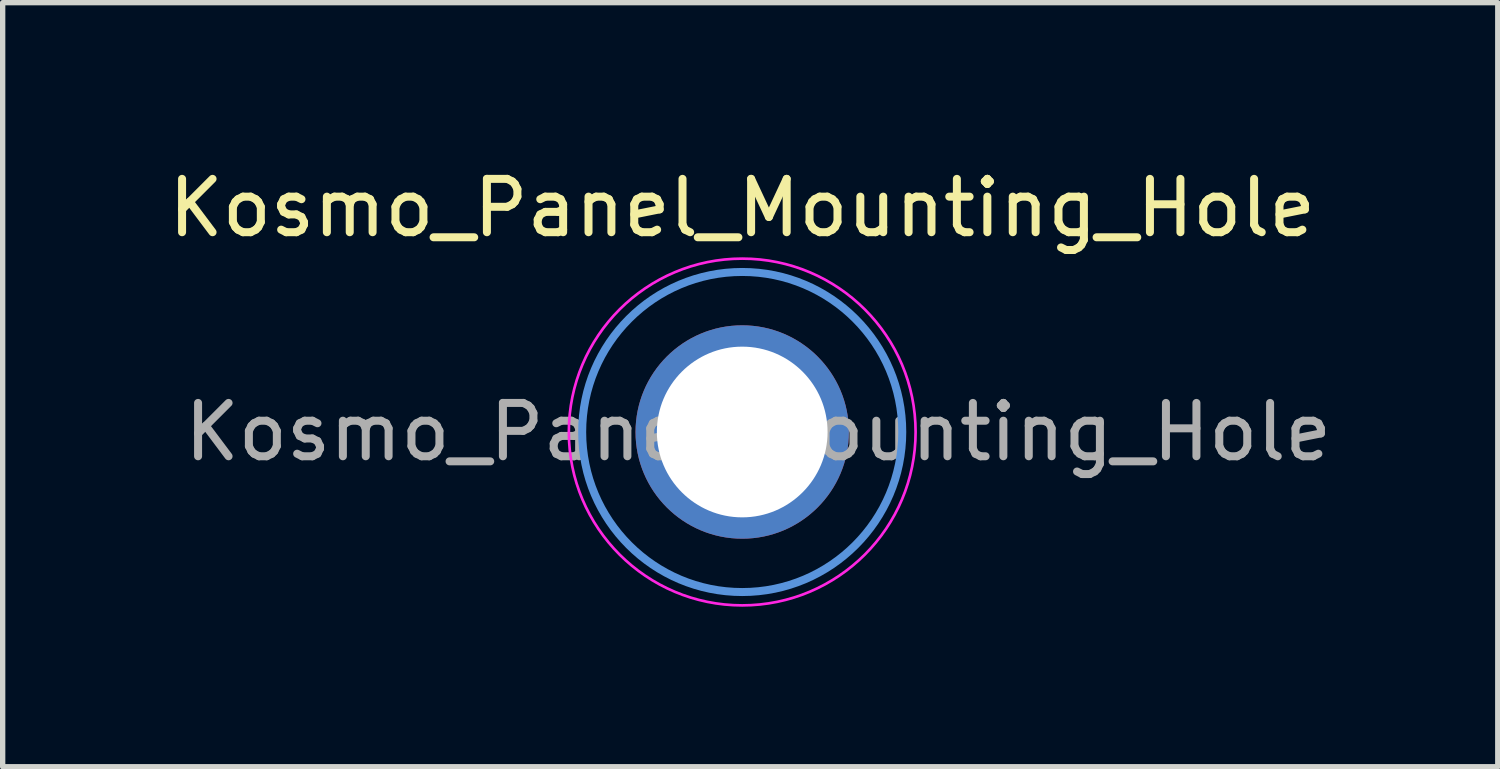
<source format=kicad_pcb>
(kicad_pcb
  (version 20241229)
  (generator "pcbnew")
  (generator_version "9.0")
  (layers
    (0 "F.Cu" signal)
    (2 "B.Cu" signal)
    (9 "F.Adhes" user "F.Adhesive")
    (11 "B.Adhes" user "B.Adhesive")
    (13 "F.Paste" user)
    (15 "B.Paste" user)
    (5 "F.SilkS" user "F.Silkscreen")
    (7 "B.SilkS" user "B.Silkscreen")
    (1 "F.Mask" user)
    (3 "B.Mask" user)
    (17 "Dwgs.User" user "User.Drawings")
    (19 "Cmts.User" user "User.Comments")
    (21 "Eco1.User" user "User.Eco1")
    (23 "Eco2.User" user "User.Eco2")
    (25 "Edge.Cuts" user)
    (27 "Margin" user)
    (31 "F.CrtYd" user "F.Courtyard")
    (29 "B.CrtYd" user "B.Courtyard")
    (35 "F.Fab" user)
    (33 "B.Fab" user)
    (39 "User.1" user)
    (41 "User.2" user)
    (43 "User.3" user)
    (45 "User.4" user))
  (footprint "Kosmo_Panel_Mounting_Hole"
    (layer "F.Cu")
    (at 10.863 5.048)
    (property "Reference" "Kosmo_Panel_Mounting_Hole" (at 0 -4.2 0) (layer "F.SilkS") (effects (font (size 1 1) (thickness 0.15))))
    (attr exclude_from_pos_files exclude_from_bom)
    (fp_circle (center 0 0) (end 3 0) (stroke (width 0.15) (type solid)) (fill no) (layer "Cmts.User"))
    (fp_circle (center 0 0) (end 3.25 0) (stroke (width 0.05) (type solid)) (fill no) (layer "F.CrtYd"))
    (fp_text user "${REFERENCE}" (at 0.3 0 0) (layer "F.Fab") (effects (font (size 1 1) (thickness 0.15))))
    (pad "1" thru_hole circle (at 0 0) (size 4 4) (drill 3.2) (layers "*.Cu" "*.Mask")))
  (gr_rect
    (start -3 -3)
    (end 25.026 11.323)
    (stroke (width 0.1) (type default))
    (fill no)
    (layer "Edge.Cuts")))
</source>
